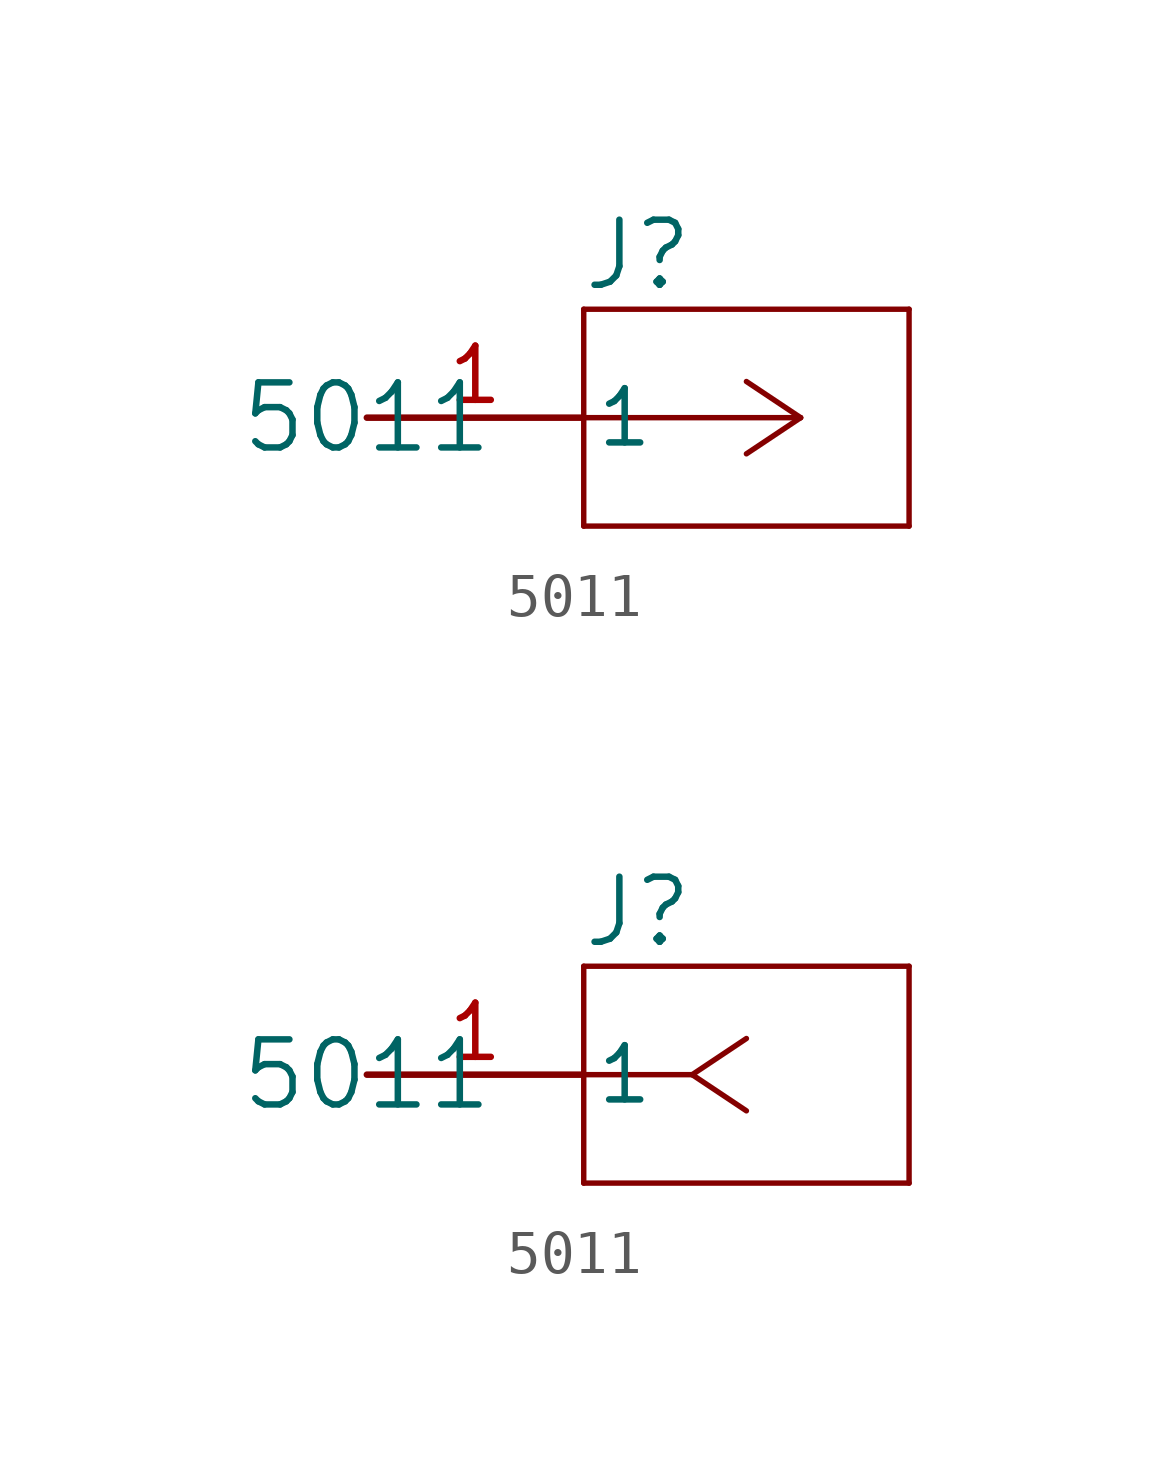
<source format=kicad_sym>
(kicad_symbol_lib
  (version 20220914)
  (generator kicad_symbol_editor)
  (symbol "5011"
    (pin_names
      (offset 0.254))
    (property "Reference" "J"
      (at 6.35 3.81 0)
      (effects (font (size 1.524 1.524))))
    (property "Value" "5011"
      (at 0 0 0)
      (effects (font (size 1.524 1.524))))
    (property "ki_locked" ""
      (at 0 0 0)
      (effects (font (size 1.27 1.27))))
    (symbol "5011_1_1"
      (polyline (pts (xy 5.08 -2.54) (xy 12.7 -2.54)) (stroke (width 0.127) (type default)) (fill (type none)))
      (polyline (pts (xy 5.08 2.54) (xy 5.08 -2.54)) (stroke (width 0.127) (type default)) (fill (type none)))
      (polyline (pts (xy 10.16 0) (xy 5.08 0)) (stroke (width 0.127) (type default)) (fill (type none)))
      (polyline (pts (xy 10.16 0) (xy 8.89 -0.847)) (stroke (width 0.127) (type default)) (fill (type none)))
      (polyline (pts (xy 10.16 0) (xy 8.89 0.847)) (stroke (width 0.127) (type default)) (fill (type none)))
      (polyline (pts (xy 12.7 -2.54) (xy 12.7 2.54)) (stroke (width 0.127) (type default)) (fill (type none)))
      (polyline (pts (xy 12.7 2.54) (xy 5.08 2.54)) (stroke (width 0.127) (type default)) (fill (type none)))
      (pin unspecified line (at 0 0 0) (length 5.08) (name "1" (effects (font (size 1.27 1.27)))) (number "1" (effects (font (size 1.27 1.27))))))
    (symbol "5011_1_2"
      (polyline (pts (xy 5.08 -2.54) (xy 12.7 -2.54)) (stroke (width 0.127) (type default)) (fill (type none)))
      (polyline (pts (xy 5.08 2.54) (xy 5.08 -2.54)) (stroke (width 0.127) (type default)) (fill (type none)))
      (polyline (pts (xy 7.62 0) (xy 5.08 0)) (stroke (width 0.127) (type default)) (fill (type none)))
      (polyline (pts (xy 7.62 0) (xy 8.89 -0.847)) (stroke (width 0.127) (type default)) (fill (type none)))
      (polyline (pts (xy 7.62 0) (xy 8.89 0.847)) (stroke (width 0.127) (type default)) (fill (type none)))
      (polyline (pts (xy 12.7 -2.54) (xy 12.7 2.54)) (stroke (width 0.127) (type default)) (fill (type none)))
      (polyline (pts (xy 12.7 2.54) (xy 5.08 2.54)) (stroke (width 0.127) (type default)) (fill (type none)))
      (pin unspecified line (at 0 0 0) (length 5.08) (name "1" (effects (font (size 1.27 1.27)))) (number "1" (effects (font (size 1.27 1.27))))))))
</source>
